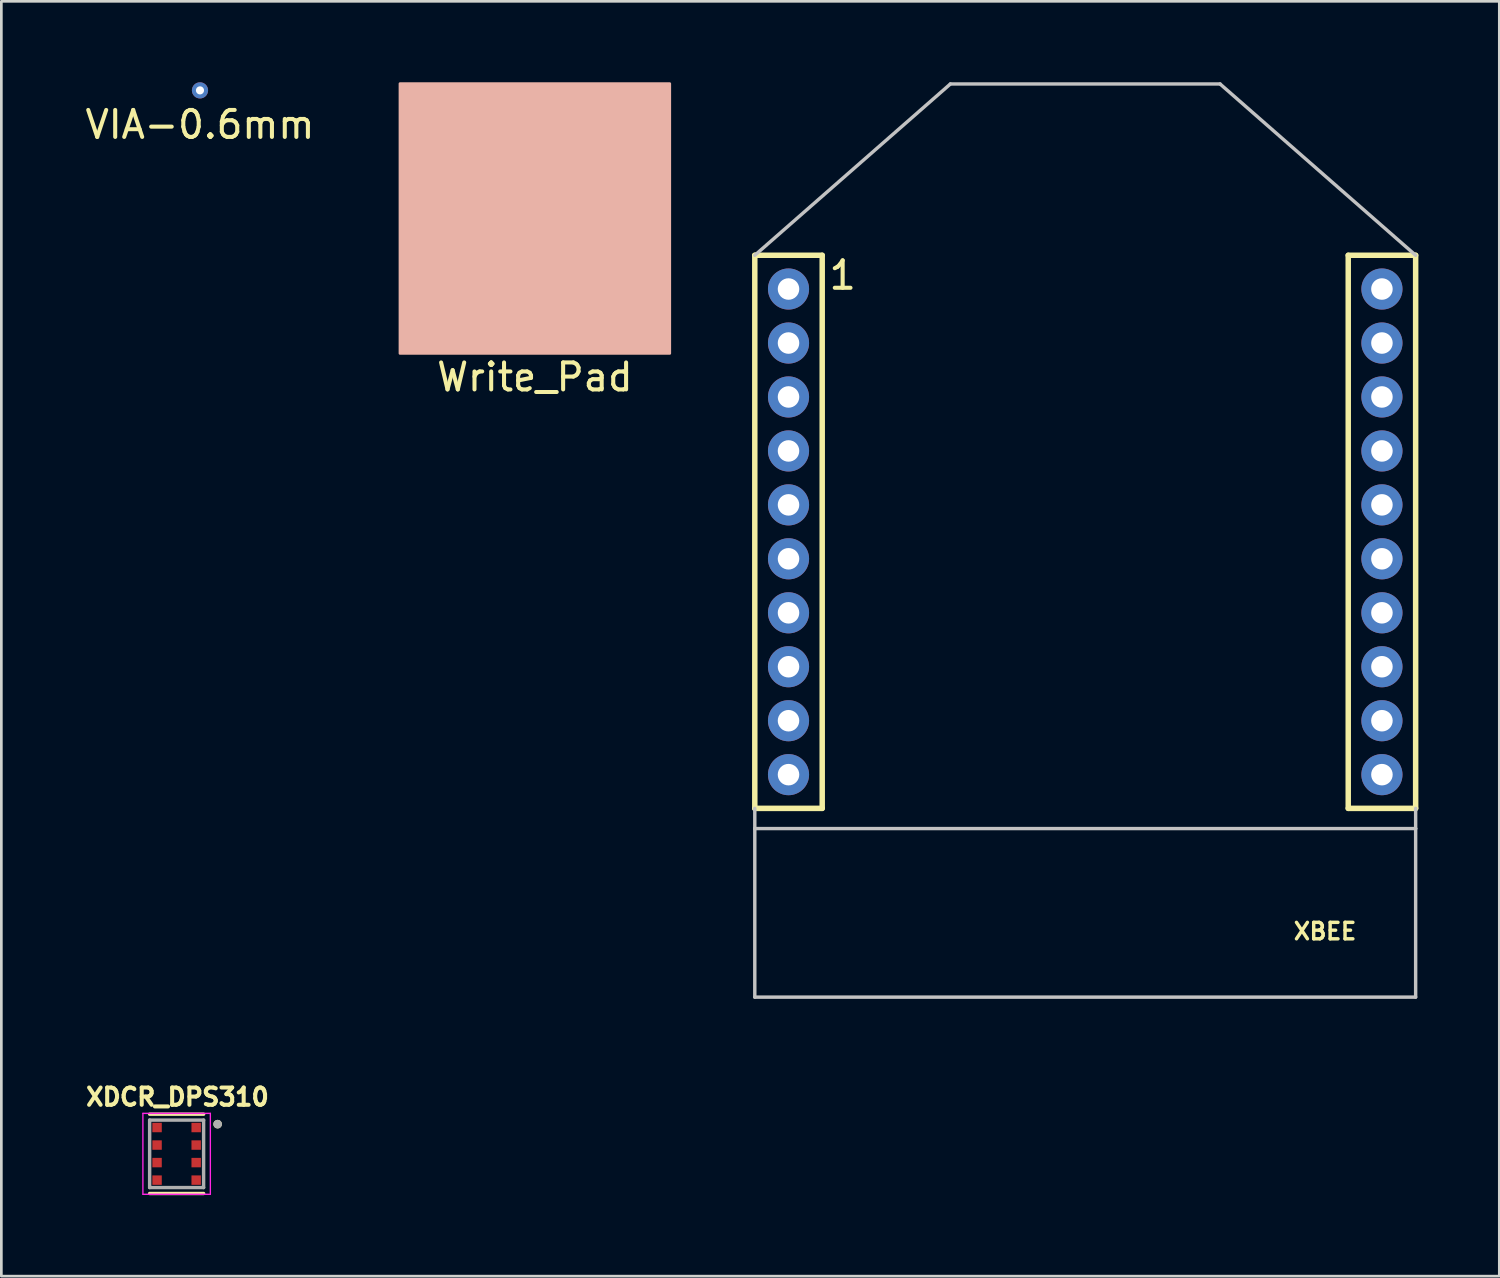
<source format=kicad_pcb>
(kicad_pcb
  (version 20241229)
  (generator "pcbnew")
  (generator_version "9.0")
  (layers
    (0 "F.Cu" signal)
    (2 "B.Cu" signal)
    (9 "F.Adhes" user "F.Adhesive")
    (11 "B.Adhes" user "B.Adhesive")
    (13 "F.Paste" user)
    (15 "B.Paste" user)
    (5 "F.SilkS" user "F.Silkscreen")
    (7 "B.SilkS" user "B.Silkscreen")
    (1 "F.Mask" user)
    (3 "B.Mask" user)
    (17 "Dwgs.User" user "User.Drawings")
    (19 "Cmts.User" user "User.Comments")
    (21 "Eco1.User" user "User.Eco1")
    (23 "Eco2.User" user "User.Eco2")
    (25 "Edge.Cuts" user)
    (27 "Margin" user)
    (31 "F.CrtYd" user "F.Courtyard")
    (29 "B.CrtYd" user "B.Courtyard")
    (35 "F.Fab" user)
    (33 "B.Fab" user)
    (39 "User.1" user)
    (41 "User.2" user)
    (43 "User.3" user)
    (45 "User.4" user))
  (footprint "XBEE"
    (layer "F.Cu")
    (at 37.176 27.663)
    (property "Reference" "XBEE" (at 8.89 3.81 0) (layer "F.SilkS") (effects (font (size 0.61 0.61) (thickness 0.127))))
    (attr exclude_from_pos_files exclude_from_bom)
    (fp_line (start -12.248 -21.25) (end -12.248 -0.749) (stroke (width 0.203) (type solid)) (layer "F.SilkS"))
    (fp_line (start -12.248 -0.749) (end -9.749 -0.749) (stroke (width 0.203) (type solid)) (layer "F.SilkS"))
    (fp_line (start -9.749 -21.25) (end -12.248 -21.25) (stroke (width 0.203) (type solid)) (layer "F.SilkS"))
    (fp_line (start -9.749 -21.25) (end -9.749 -0.749) (stroke (width 0.203) (type solid)) (layer "F.SilkS"))
    (fp_line (start 9.749 -21.25) (end 9.749 -0.749) (stroke (width 0.203) (type solid)) (layer "F.SilkS"))
    (fp_line (start 9.749 -21.25) (end 12.248 -21.25) (stroke (width 0.203) (type solid)) (layer "F.SilkS"))
    (fp_line (start 12.248 -21.25) (end 12.248 -0.749) (stroke (width 0.203) (type solid)) (layer "F.SilkS"))
    (fp_line (start 12.248 -0.749) (end 9.749 -0.749) (stroke (width 0.203) (type solid)) (layer "F.SilkS"))
    (fp_line (start -12.248 -21.25) (end -4.999 -27.6) (stroke (width 0.127) (type solid)) (layer "Dwgs.User"))
    (fp_line (start -12.248 -0.749) (end -12.248 0) (stroke (width 0.127) (type solid)) (layer "Dwgs.User"))
    (fp_line (start -12.248 0) (end -12.248 6.248) (stroke (width 0.127) (type solid)) (layer "Dwgs.User"))
    (fp_line (start -12.248 0) (end 12.248 0) (stroke (width 0.127) (type solid)) (layer "Dwgs.User"))
    (fp_line (start -12.248 6.248) (end 12.248 6.248) (stroke (width 0.127) (type solid)) (layer "Dwgs.User"))
    (fp_line (start -4.999 -27.6) (end 4.999 -27.6) (stroke (width 0.127) (type solid)) (layer "Dwgs.User"))
    (fp_line (start 12.248 -21.25) (end 4.999 -27.6) (stroke (width 0.127) (type solid)) (layer "Dwgs.User"))
    (fp_line (start 12.248 -0.749) (end 12.248 0) (stroke (width 0.127) (type solid)) (layer "Dwgs.User"))
    (fp_line (start 12.248 0) (end 12.248 6.248) (stroke (width 0.127) (type solid)) (layer "Dwgs.User"))
    (fp_text user "1" (at -8.992 -20.508 0) (layer "F.SilkS") (effects (font (size 1.016 1.016) (thickness 0.152))))
    (pad "1" thru_hole circle (at -10.998 -20) (size 1.524 1.524) (drill 0.798) (layers "*.Cu" "*.Mask"))
    (pad "2" thru_hole circle (at -10.998 -17.998) (size 1.524 1.524) (drill 0.798) (layers "*.Cu" "*.Mask"))
    (pad "3" thru_hole circle (at -10.998 -15.999) (size 1.524 1.524) (drill 0.798) (layers "*.Cu" "*.Mask"))
    (pad "4" thru_hole circle (at -10.998 -13.998) (size 1.524 1.524) (drill 0.798) (layers "*.Cu" "*.Mask"))
    (pad "5" thru_hole circle (at -10.998 -11.999) (size 1.524 1.524) (drill 0.798) (layers "*.Cu" "*.Mask"))
    (pad "6" thru_hole circle (at -10.998 -10) (size 1.524 1.524) (drill 0.798) (layers "*.Cu" "*.Mask"))
    (pad "7" thru_hole circle (at -10.998 -7.998) (size 1.524 1.524) (drill 0.798) (layers "*.Cu" "*.Mask"))
    (pad "8" thru_hole circle (at -10.998 -5.999) (size 1.524 1.524) (drill 0.798) (layers "*.Cu" "*.Mask"))
    (pad "9" thru_hole circle (at -10.998 -3.998) (size 1.524 1.524) (drill 0.798) (layers "*.Cu" "*.Mask"))
    (pad "10" thru_hole circle (at -10.998 -1.999) (size 1.524 1.524) (drill 0.798) (layers "*.Cu" "*.Mask"))
    (pad "11" thru_hole circle (at 10.998 -1.999) (size 1.524 1.524) (drill 0.798) (layers "*.Cu" "*.Mask"))
    (pad "12" thru_hole circle (at 10.998 -3.998) (size 1.524 1.524) (drill 0.798) (layers "*.Cu" "*.Mask"))
    (pad "13" thru_hole circle (at 10.998 -5.999) (size 1.524 1.524) (drill 0.798) (layers "*.Cu" "*.Mask"))
    (pad "14" thru_hole circle (at 10.998 -7.998) (size 1.524 1.524) (drill 0.798) (layers "*.Cu" "*.Mask"))
    (pad "15" thru_hole circle (at 10.998 -10) (size 1.524 1.524) (drill 0.798) (layers "*.Cu" "*.Mask"))
    (pad "16" thru_hole circle (at 10.998 -11.999) (size 1.524 1.524) (drill 0.798) (layers "*.Cu" "*.Mask"))
    (pad "17" thru_hole circle (at 10.998 -13.998) (size 1.524 1.524) (drill 0.798) (layers "*.Cu" "*.Mask"))
    (pad "18" thru_hole circle (at 10.998 -15.999) (size 1.524 1.524) (drill 0.798) (layers "*.Cu" "*.Mask"))
    (pad "19" thru_hole circle (at 10.998 -17.998) (size 1.524 1.524) (drill 0.798) (layers "*.Cu" "*.Mask"))
    (pad "20" thru_hole circle (at 10.998 -20) (size 1.524 1.524) (drill 0.798) (layers "*.Cu" "*.Mask")))
  (footprint "VIA-0.6mm"
    (layer "F.Cu")
    (at 4.363 0.3)
    (property "Reference" "VIA-0.6mm" (at 0 1.27 0) (layer "F.SilkS") (effects (font (size 1 1) (thickness 0.15))))
    (attr through_hole)
    (pad "1" thru_hole circle (at 0 0) (size 0.6 0.6) (drill 0.3) (layers "*.Cu" "*.Mask")))
  (footprint "Write_Pad"
    (layer "F.Cu")
    (at 16.776 5.05)
    (property "Reference" "Write_Pad" (at 0 5.88 0) (layer "F.SilkS") (effects (font (size 1 1) (thickness 0.15))))
    (attr through_hole)
    (fp_poly (pts (xy 5 5) (xy -5 5) (xy -5 -5) (xy 5 -5)) (stroke (width 0.1) (type solid)) (fill yes) (layer "B.SilkS")))
  (footprint "XDCR_DPS310"
    (layer "F.Cu")
    (at 3.497 39.719)
    (property "Reference" "XDCR_DPS310" (at 0.032 -2.106 0) (layer "F.SilkS") (effects (font (size 0.64 0.64) (thickness 0.15))))
    (attr through_hole)
    (fp_line (start -1 1.47) (end 1 1.47) (stroke (width 0.127) (type solid)) (layer "F.SilkS"))
    (fp_line (start 1 -1.47) (end -1 -1.47) (stroke (width 0.127) (type solid)) (layer "F.SilkS"))
    (fp_circle (center 1.52 -1.1) (end 1.6 -1.1) (stroke (width 0.16) (type solid)) (fill no) (layer "F.SilkS"))
    (fp_circle (center -0.725 -0.975) (end -0.637 -0.975) (stroke (width 0.175) (type solid)) (fill no) (layer "F.Paste"))
    (fp_circle (center -0.725 -0.325) (end -0.637 -0.325) (stroke (width 0.175) (type solid)) (fill no) (layer "F.Paste"))
    (fp_circle (center -0.725 0.325) (end -0.637 0.325) (stroke (width 0.175) (type solid)) (fill no) (layer "F.Paste"))
    (fp_circle (center -0.725 0.975) (end -0.637 0.975) (stroke (width 0.175) (type solid)) (fill no) (layer "F.Paste"))
    (fp_circle (center 0.725 -0.975) (end 0.812 -0.975) (stroke (width 0.175) (type solid)) (fill no) (layer "F.Paste"))
    (fp_circle (center 0.725 -0.325) (end 0.812 -0.325) (stroke (width 0.175) (type solid)) (fill no) (layer "F.Paste"))
    (fp_circle (center 0.725 0.325) (end 0.812 0.325) (stroke (width 0.175) (type solid)) (fill no) (layer "F.Paste"))
    (fp_circle (center 0.725 0.975) (end 0.812 0.975) (stroke (width 0.175) (type solid)) (fill no) (layer "F.Paste"))
    (fp_line (start -1.25 -1.5) (end -1.25 1.5) (stroke (width 0.05) (type solid)) (layer "F.CrtYd"))
    (fp_line (start -1.25 1.5) (end 1.25 1.5) (stroke (width 0.05) (type solid)) (layer "F.CrtYd"))
    (fp_line (start 1.25 -1.5) (end -1.25 -1.5) (stroke (width 0.05) (type solid)) (layer "F.CrtYd"))
    (fp_line (start 1.25 1.5) (end 1.25 -1.5) (stroke (width 0.05) (type solid)) (layer "F.CrtYd"))
    (fp_line (start -1 -1.25) (end -1 1.25) (stroke (width 0.127) (type solid)) (layer "F.Fab"))
    (fp_line (start -1 -1.25) (end 1 -1.25) (stroke (width 0.127) (type solid)) (layer "F.Fab"))
    (fp_line (start 1 1.25) (end -1 1.25) (stroke (width 0.127) (type solid)) (layer "F.Fab"))
    (fp_line (start 1 1.25) (end 1 -1.25) (stroke (width 0.127) (type solid)) (layer "F.Fab"))
    (fp_circle (center 1.52 -1.1) (end 1.6 -1.1) (stroke (width 0.16) (type solid)) (fill no) (layer "F.Fab"))
    (pad "1" smd rect (at 0.725 -0.975) (size 0.35 0.35) (layers "F.Cu" "F.Mask"))
    (pad "2" smd rect (at 0.725 -0.325) (size 0.35 0.35) (layers "F.Cu" "F.Mask"))
    (pad "3" smd rect (at 0.725 0.325) (size 0.35 0.35) (layers "F.Cu" "F.Mask"))
    (pad "4" smd rect (at 0.725 0.975) (size 0.35 0.35) (layers "F.Cu" "F.Mask"))
    (pad "5" smd rect (at -0.725 0.975) (size 0.35 0.35) (layers "F.Cu" "F.Mask"))
    (pad "6" smd rect (at -0.725 0.325) (size 0.35 0.35) (layers "F.Cu" "F.Mask"))
    (pad "7" smd rect (at -0.725 -0.325) (size 0.35 0.35) (layers "F.Cu" "F.Mask"))
    (pad "8" smd rect (at -0.725 -0.975) (size 0.35 0.35) (layers "F.Cu" "F.Mask")))
  (gr_rect
    (start -3 -3)
    (end 52.525 44.253)
    (stroke (width 0.1) (type default))
    (fill no)
    (layer "Edge.Cuts")))
</source>
